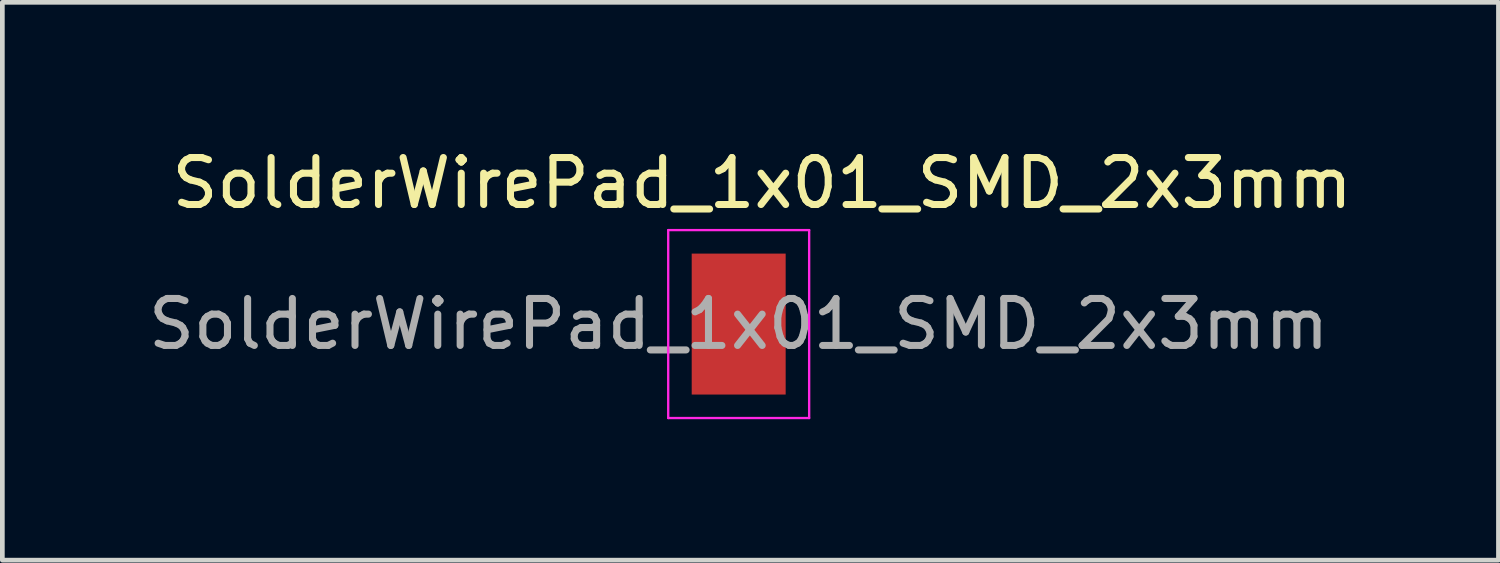
<source format=kicad_pcb>
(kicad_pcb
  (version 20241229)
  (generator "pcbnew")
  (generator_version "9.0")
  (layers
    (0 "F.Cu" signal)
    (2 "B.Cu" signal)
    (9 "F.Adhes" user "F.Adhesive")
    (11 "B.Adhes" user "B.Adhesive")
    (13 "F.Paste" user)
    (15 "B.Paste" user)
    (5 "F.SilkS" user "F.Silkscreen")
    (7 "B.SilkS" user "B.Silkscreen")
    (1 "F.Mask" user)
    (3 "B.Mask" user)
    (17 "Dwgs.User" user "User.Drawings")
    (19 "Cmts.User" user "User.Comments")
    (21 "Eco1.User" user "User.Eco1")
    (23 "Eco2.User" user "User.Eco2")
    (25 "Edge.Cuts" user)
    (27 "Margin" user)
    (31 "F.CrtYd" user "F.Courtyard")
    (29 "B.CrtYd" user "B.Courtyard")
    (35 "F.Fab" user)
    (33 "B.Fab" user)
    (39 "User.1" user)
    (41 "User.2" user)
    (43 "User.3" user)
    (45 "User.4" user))
  (footprint "SolderWirePad_1x01_SMD_2x3mm"
    (layer "F.Cu")
    (at 12.673 3.848)
    (property "Reference" "SolderWirePad_1x01_SMD_2x3mm" (at 0.5 -3 0) (layer "F.SilkS") (effects (font (size 1 1) (thickness 0.15))))
    (attr smd exclude_from_pos_files exclude_from_bom)
    (fp_line (start -1.5 -2) (end -1.5 2) (stroke (width 0.05) (type solid)) (layer "F.CrtYd"))
    (fp_line (start -1.5 2) (end 1.5 2) (stroke (width 0.05) (type solid)) (layer "F.CrtYd"))
    (fp_line (start 1.5 -2) (end -1.5 -2) (stroke (width 0.05) (type solid)) (layer "F.CrtYd"))
    (fp_line (start 1.5 2) (end 1.5 -2) (stroke (width 0.05) (type solid)) (layer "F.CrtYd"))
    (fp_text user "${REFERENCE}" (at 0 0 0) (layer "F.Fab") (effects (font (size 1 1) (thickness 0.15))))
    (pad "1" smd rect (at 0 0) (size 2 3) (layers "F.Cu" "F.Mask" "F.Paste")))
  (gr_rect
    (start -3 -3)
    (end 28.845 8.873)
    (stroke (width 0.1) (type default))
    (fill no)
    (layer "Edge.Cuts")))
</source>
